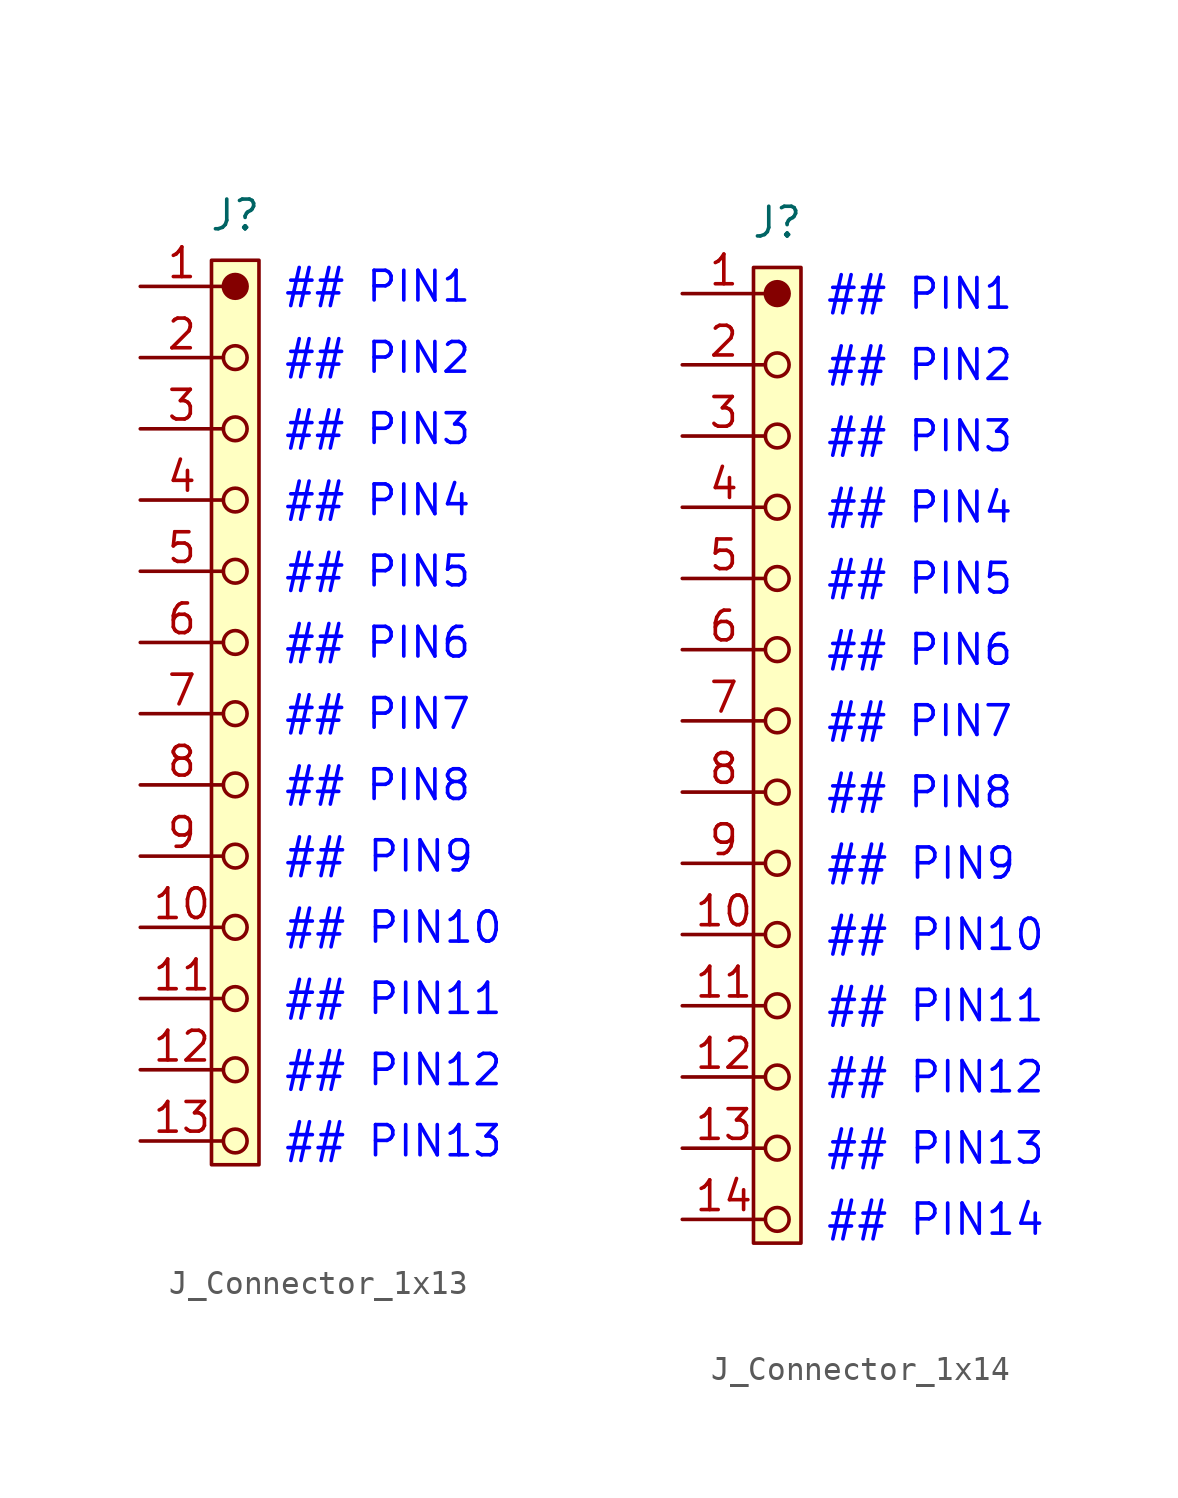
<source format=kicad_sym>
(kicad_symbol_lib
  (version 20241209)
  (generator "kicad_symbol_editor")
  (generator_version "9.0")
  (symbol "J_Connector_1x13"
    (pin_names
      (offset 0)
      (hide yes))
    (property "Reference" "J"
      (at 4 3 0)
      (do_not_autoplace)
      (effects (font (size 1.25 1.25))))
    (property "PIN_01" "## PIN1"
      (at 6 0 0)
      (do_not_autoplace)
      (effects (font (size 1.25 1.25) (color 0 0 255 1)) (justify left)))
    (property "PIN_02" "## PIN2"
      (at 6 -3 0)
      (do_not_autoplace)
      (effects (font (size 1.25 1.25) (color 0 0 255 1)) (justify left)))
    (property "PIN_03" "## PIN3"
      (at 6 -6 0)
      (do_not_autoplace)
      (effects (font (size 1.25 1.25) (color 0 0 255 1)) (justify left)))
    (property "PIN_04" "## PIN4"
      (at 6 -9 0)
      (do_not_autoplace)
      (effects (font (size 1.25 1.25) (color 0 0 255 1)) (justify left)))
    (property "PIN_05" "## PIN5"
      (at 6 -12 0)
      (do_not_autoplace)
      (effects (font (size 1.25 1.25) (color 0 0 255 1)) (justify left)))
    (property "PIN_06" "## PIN6"
      (at 6 -15 0)
      (do_not_autoplace)
      (effects (font (size 1.25 1.25) (color 0 0 255 1)) (justify left)))
    (property "PIN_07" "## PIN7"
      (at 6 -18 0)
      (do_not_autoplace)
      (effects (font (size 1.25 1.25) (color 0 0 255 1)) (justify left)))
    (property "PIN_08" "## PIN8"
      (at 6 -21 0)
      (do_not_autoplace)
      (effects (font (size 1.25 1.25) (color 0 0 255 1)) (justify left)))
    (property "PIN_09" "## PIN9"
      (at 6 -24 0)
      (do_not_autoplace)
      (effects (font (size 1.27 1.27) (color 0 0 255 1)) (justify left)))
    (property "PIN_10" "## PIN10"
      (at 6 -27 0)
      (do_not_autoplace)
      (effects (font (size 1.27 1.27) (color 0 0 255 1)) (justify left)))
    (property "PIN_11" "## PIN11"
      (at 6 -30 0)
      (do_not_autoplace)
      (effects (font (size 1.27 1.27) (color 0 0 255 1)) (justify left)))
    (property "PIN_12" "## PIN12"
      (at 6 -33 0)
      (do_not_autoplace)
      (effects (font (size 1.27 1.27) (color 0 0 255 1)) (justify left)))
    (property "PIN_13" "## PIN13"
      (at 6 -36 0)
      (do_not_autoplace)
      (effects (font (size 1.27 1.27) (color 0 0 255 1)) (justify left)))
    (symbol "J_Connector_1x13_0_1"
      (circle (center 4 -3) (radius 0.5) (stroke (width 0) (type default)) (fill (type none)))
      (circle (center 4 -6) (radius 0.5) (stroke (width 0) (type default)) (fill (type none)))
      (circle (center 4 -9) (radius 0.5) (stroke (width 0) (type default)) (fill (type none)))
      (circle (center 4 -12) (radius 0.5) (stroke (width 0) (type default)) (fill (type none)))
      (circle (center 4 -15) (radius 0.5) (stroke (width 0) (type default)) (fill (type none)))
      (circle (center 4 -18) (radius 0.5) (stroke (width 0) (type default)) (fill (type none)))
      (circle (center 4 -21) (radius 0.5) (stroke (width 0) (type default)) (fill (type none)))
      (circle (center 4 -24) (radius 0.5) (stroke (width 0) (type default)) (fill (type none)))
      (circle (center 4 -27) (radius 0.5) (stroke (width 0) (type default)) (fill (type none)))
      (circle (center 4 -30) (radius 0.5) (stroke (width 0) (type default)) (fill (type none)))
      (circle (center 4 -33) (radius 0.5) (stroke (width 0) (type default)) (fill (type none)))
      (circle (center 4 -36) (radius 0.5) (stroke (width 0) (type default)) (fill (type none))))
    (symbol "J_Connector_1x13_1_1"
      (rectangle (start 3 1.1) (end 5 -37) (stroke (width 0) (type default)) (fill (type background)))
      (circle (center 4 0) (radius 0.5) (stroke (width 0) (type default)) (fill (type outline)))
      (pin passive line (at 0 0 0) (length 3.5) (name "1" (effects (font (size 1.25 1.25)))) (number "1" (effects (font (size 1.25 1.25)))))
      (pin passive line (at 0 -3 0) (length 3.5) (name "2" (effects (font (size 1.25 1.25)))) (number "2" (effects (font (size 1.25 1.25)))))
      (pin passive line (at 0 -6 0) (length 3.5) (name "3" (effects (font (size 1.25 1.25)))) (number "3" (effects (font (size 1.25 1.25)))))
      (pin passive line (at 0 -9 0) (length 3.5) (name "4" (effects (font (size 1.25 1.25)))) (number "4" (effects (font (size 1.25 1.25)))))
      (pin passive line (at 0 -12 0) (length 3.5) (name "5" (effects (font (size 1.25 1.25)))) (number "5" (effects (font (size 1.25 1.25)))))
      (pin passive line (at 0 -15 0) (length 3.5) (name "6" (effects (font (size 1.25 1.25)))) (number "6" (effects (font (size 1.25 1.25)))))
      (pin passive line (at 0 -18 0) (length 3.5) (name "7" (effects (font (size 1.25 1.25)))) (number "7" (effects (font (size 1.25 1.25)))))
      (pin passive line (at 0 -21 0) (length 3.5) (name "8" (effects (font (size 1.25 1.25)))) (number "8" (effects (font (size 1.25 1.25)))))
      (pin passive line (at 0 -24 0) (length 3.5) (name "9" (effects (font (size 1.25 1.25)))) (number "9" (effects (font (size 1.25 1.25)))))
      (pin passive line (at 0 -27 0) (length 3.5) (name "10" (effects (font (size 1.25 1.25)))) (number "10" (effects (font (size 1.25 1.25)))))
      (pin passive line (at 0 -30 0) (length 3.5) (name "11" (effects (font (size 1.25 1.25)))) (number "11" (effects (font (size 1.25 1.25)))))
      (pin passive line (at 0 -33 0) (length 3.5) (name "12" (effects (font (size 1.25 1.25)))) (number "12" (effects (font (size 1.25 1.25)))))
      (pin passive line (at 0 -36 0) (length 3.5) (name "13" (effects (font (size 1.25 1.25)))) (number "13" (effects (font (size 1.25 1.25)))))))
  (symbol "J_Connector_1x14"
    (pin_names
      (offset 0)
      (hide yes))
    (property "Reference" "J"
      (at 4 3 0)
      (do_not_autoplace)
      (effects (font (size 1.25 1.25))))
    (property "PIN_01" "## PIN1"
      (at 6 0 0)
      (do_not_autoplace)
      (effects (font (size 1.25 1.25) (color 0 0 255 1)) (justify left)))
    (property "PIN_02" "## PIN2"
      (at 6 -3 0)
      (do_not_autoplace)
      (effects (font (size 1.25 1.25) (color 0 0 255 1)) (justify left)))
    (property "PIN_03" "## PIN3"
      (at 6 -6 0)
      (do_not_autoplace)
      (effects (font (size 1.25 1.25) (color 0 0 255 1)) (justify left)))
    (property "PIN_04" "## PIN4"
      (at 6 -9 0)
      (do_not_autoplace)
      (effects (font (size 1.25 1.25) (color 0 0 255 1)) (justify left)))
    (property "PIN_05" "## PIN5"
      (at 6 -12 0)
      (do_not_autoplace)
      (effects (font (size 1.25 1.25) (color 0 0 255 1)) (justify left)))
    (property "PIN_06" "## PIN6"
      (at 6 -15 0)
      (do_not_autoplace)
      (effects (font (size 1.25 1.25) (color 0 0 255 1)) (justify left)))
    (property "PIN_07" "## PIN7"
      (at 6 -18 0)
      (do_not_autoplace)
      (effects (font (size 1.25 1.25) (color 0 0 255 1)) (justify left)))
    (property "PIN_08" "## PIN8"
      (at 6 -21 0)
      (do_not_autoplace)
      (effects (font (size 1.25 1.25) (color 0 0 255 1)) (justify left)))
    (property "PIN_09" "## PIN9"
      (at 6 -24 0)
      (do_not_autoplace)
      (effects (font (size 1.27 1.27) (color 0 0 255 1)) (justify left)))
    (property "PIN_10" "## PIN10"
      (at 6 -27 0)
      (do_not_autoplace)
      (effects (font (size 1.27 1.27) (color 0 0 255 1)) (justify left)))
    (property "PIN_11" "## PIN11"
      (at 6 -30 0)
      (do_not_autoplace)
      (effects (font (size 1.27 1.27) (color 0 0 255 1)) (justify left)))
    (property "PIN_12" "## PIN12"
      (at 6 -33 0)
      (do_not_autoplace)
      (effects (font (size 1.27 1.27) (color 0 0 255 1)) (justify left)))
    (property "PIN_13" "## PIN13"
      (at 6 -36 0)
      (do_not_autoplace)
      (effects (font (size 1.27 1.27) (color 0 0 255 1)) (justify left)))
    (property "PIN_14" "## PIN14"
      (at 6 -39 0)
      (do_not_autoplace)
      (effects (font (size 1.27 1.27) (color 0 0 255 1)) (justify left)))
    (symbol "J_Connector_1x14_0_1"
      (circle (center 4 -3) (radius 0.5) (stroke (width 0) (type default)) (fill (type none)))
      (circle (center 4 -6) (radius 0.5) (stroke (width 0) (type default)) (fill (type none)))
      (circle (center 4 -9) (radius 0.5) (stroke (width 0) (type default)) (fill (type none)))
      (circle (center 4 -12) (radius 0.5) (stroke (width 0) (type default)) (fill (type none)))
      (circle (center 4 -15) (radius 0.5) (stroke (width 0) (type default)) (fill (type none)))
      (circle (center 4 -18) (radius 0.5) (stroke (width 0) (type default)) (fill (type none)))
      (circle (center 4 -21) (radius 0.5) (stroke (width 0) (type default)) (fill (type none)))
      (circle (center 4 -24) (radius 0.5) (stroke (width 0) (type default)) (fill (type none)))
      (circle (center 4 -27) (radius 0.5) (stroke (width 0) (type default)) (fill (type none)))
      (circle (center 4 -30) (radius 0.5) (stroke (width 0) (type default)) (fill (type none)))
      (circle (center 4 -33) (radius 0.5) (stroke (width 0) (type default)) (fill (type none)))
      (circle (center 4 -36) (radius 0.5) (stroke (width 0) (type default)) (fill (type none)))
      (circle (center 4 -39) (radius 0.5) (stroke (width 0) (type default)) (fill (type none))))
    (symbol "J_Connector_1x14_1_1"
      (rectangle (start 3 1.1) (end 5 -40) (stroke (width 0) (type default)) (fill (type background)))
      (circle (center 4 0) (radius 0.5) (stroke (width 0) (type default)) (fill (type outline)))
      (pin passive line (at 0 0 0) (length 3.5) (name "1" (effects (font (size 1.25 1.25)))) (number "1" (effects (font (size 1.25 1.25)))))
      (pin passive line (at 0 -3 0) (length 3.5) (name "2" (effects (font (size 1.25 1.25)))) (number "2" (effects (font (size 1.25 1.25)))))
      (pin passive line (at 0 -6 0) (length 3.5) (name "3" (effects (font (size 1.25 1.25)))) (number "3" (effects (font (size 1.25 1.25)))))
      (pin passive line (at 0 -9 0) (length 3.5) (name "4" (effects (font (size 1.25 1.25)))) (number "4" (effects (font (size 1.25 1.25)))))
      (pin passive line (at 0 -12 0) (length 3.5) (name "5" (effects (font (size 1.25 1.25)))) (number "5" (effects (font (size 1.25 1.25)))))
      (pin passive line (at 0 -15 0) (length 3.5) (name "6" (effects (font (size 1.25 1.25)))) (number "6" (effects (font (size 1.25 1.25)))))
      (pin passive line (at 0 -18 0) (length 3.5) (name "7" (effects (font (size 1.25 1.25)))) (number "7" (effects (font (size 1.25 1.25)))))
      (pin passive line (at 0 -21 0) (length 3.5) (name "8" (effects (font (size 1.25 1.25)))) (number "8" (effects (font (size 1.25 1.25)))))
      (pin passive line (at 0 -24 0) (length 3.5) (name "9" (effects (font (size 1.25 1.25)))) (number "9" (effects (font (size 1.25 1.25)))))
      (pin passive line (at 0 -27 0) (length 3.5) (name "10" (effects (font (size 1.25 1.25)))) (number "10" (effects (font (size 1.25 1.25)))))
      (pin passive line (at 0 -30 0) (length 3.5) (name "11" (effects (font (size 1.25 1.25)))) (number "11" (effects (font (size 1.25 1.25)))))
      (pin passive line (at 0 -33 0) (length 3.5) (name "12" (effects (font (size 1.25 1.25)))) (number "12" (effects (font (size 1.25 1.25)))))
      (pin passive line (at 0 -36 0) (length 3.5) (name "13" (effects (font (size 1.25 1.25)))) (number "13" (effects (font (size 1.25 1.25)))))
      (pin passive line (at 0 -39 0) (length 3.5) (name "14" (effects (font (size 1.25 1.25)))) (number "14" (effects (font (size 1.25 1.25))))))))
</source>
